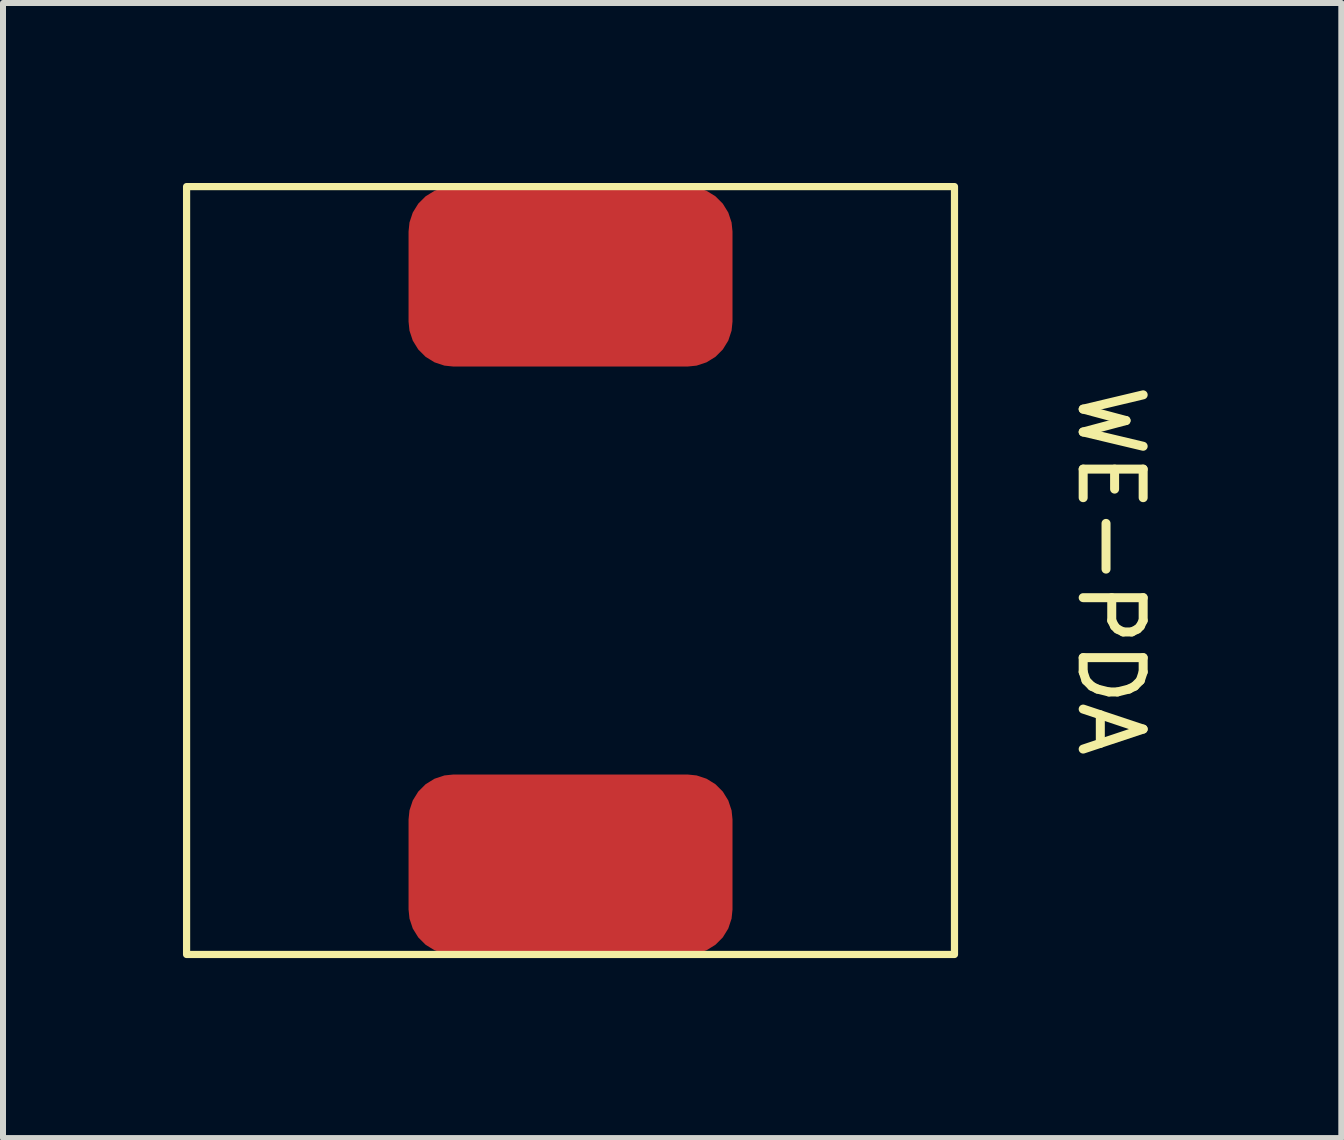
<source format=kicad_pcb>
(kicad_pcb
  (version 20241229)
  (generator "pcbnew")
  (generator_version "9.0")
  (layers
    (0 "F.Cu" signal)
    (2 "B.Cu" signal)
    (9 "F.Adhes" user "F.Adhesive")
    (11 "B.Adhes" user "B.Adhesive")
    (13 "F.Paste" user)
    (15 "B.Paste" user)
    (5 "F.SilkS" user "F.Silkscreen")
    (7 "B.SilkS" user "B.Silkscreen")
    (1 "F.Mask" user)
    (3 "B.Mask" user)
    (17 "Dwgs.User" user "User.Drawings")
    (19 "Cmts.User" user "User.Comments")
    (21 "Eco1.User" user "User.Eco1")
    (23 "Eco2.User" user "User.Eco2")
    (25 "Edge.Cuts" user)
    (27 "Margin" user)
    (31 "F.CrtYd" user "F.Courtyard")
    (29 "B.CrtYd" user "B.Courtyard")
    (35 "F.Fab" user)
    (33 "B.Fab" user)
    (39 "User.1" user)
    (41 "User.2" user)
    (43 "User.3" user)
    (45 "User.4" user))
  (footprint "WE-PDA"
    (layer "F.Cu")
    (at 6.46 6.46)
    (property "Reference" "WE-PDA" (at 9 0 270) (unlocked yes) (layer "F.SilkS") (effects (font (size 1 1) (thickness 0.15))))
    (attr smd)
    (fp_rect (start -6.4 -6.4) (end 6.4 6.4) (stroke (width 0.12) (type solid)) (fill no) (layer "F.SilkS"))
    (pad "1" smd roundrect (at 0 -4.9) (size 5.4 3) (layers "F.Cu" "F.Mask" "F.Paste") (roundrect_rratio 0.25))
    (pad "2" smd roundrect (at 0 4.9) (size 5.4 3) (layers "F.Cu" "F.Mask" "F.Paste") (roundrect_rratio 0.25)))
  (gr_rect
    (start -3 -3)
    (end 19.308 15.92)
    (stroke (width 0.1) (type default))
    (fill no)
    (layer "Edge.Cuts")))
</source>
